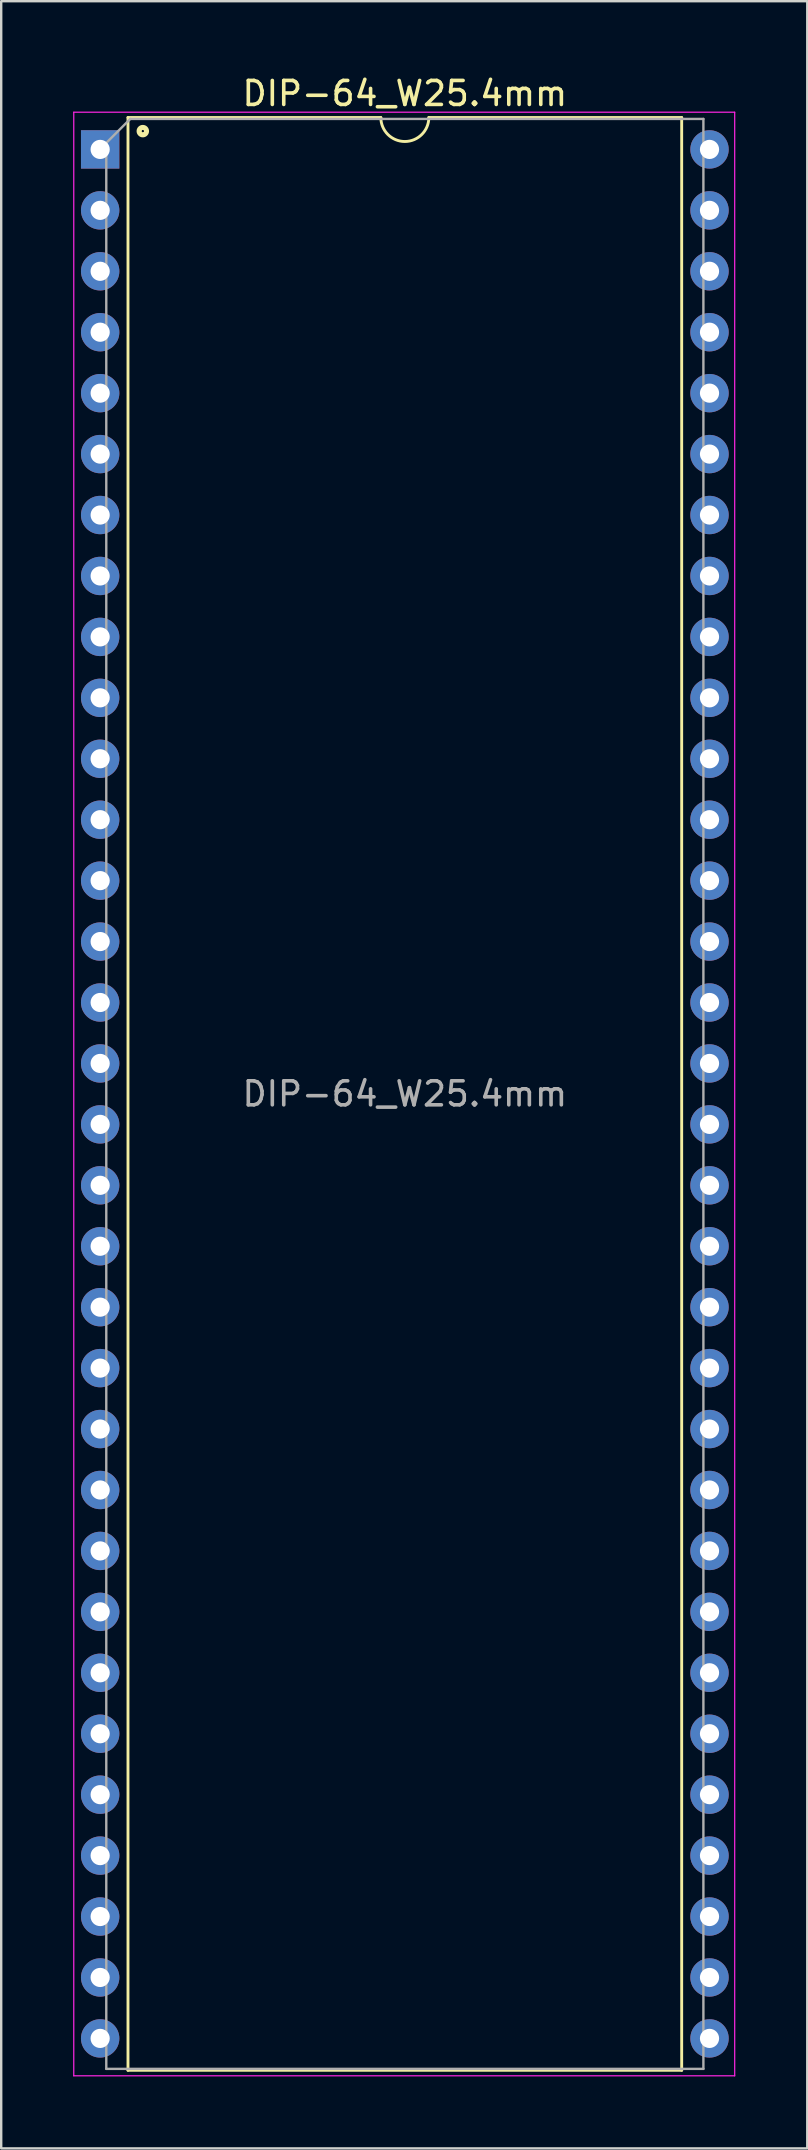
<source format=kicad_pcb>
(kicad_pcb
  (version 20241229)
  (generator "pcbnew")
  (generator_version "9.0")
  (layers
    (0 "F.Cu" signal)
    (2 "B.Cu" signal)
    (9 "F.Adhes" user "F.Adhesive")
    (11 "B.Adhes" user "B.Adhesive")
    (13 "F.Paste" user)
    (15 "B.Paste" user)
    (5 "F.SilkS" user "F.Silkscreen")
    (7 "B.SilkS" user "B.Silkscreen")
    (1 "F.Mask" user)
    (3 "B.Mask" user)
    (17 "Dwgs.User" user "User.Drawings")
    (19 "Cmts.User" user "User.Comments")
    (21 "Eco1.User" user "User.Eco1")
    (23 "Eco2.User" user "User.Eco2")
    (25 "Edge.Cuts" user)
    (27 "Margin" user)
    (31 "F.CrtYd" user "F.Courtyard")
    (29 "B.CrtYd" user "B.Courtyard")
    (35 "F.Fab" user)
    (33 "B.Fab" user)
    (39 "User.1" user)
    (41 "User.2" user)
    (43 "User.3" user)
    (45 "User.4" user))
  (footprint "DIP-64_W25.4mm"
    (layer "F.Cu")
    (at 1.125 3.178)
    (property "Reference" "DIP-64_W25.4mm" (at 12.7 -2.33 0) (layer "F.SilkS") (effects (font (size 1 1) (thickness 0.15))))
    (attr through_hole)
    (fp_line (start 1.16 -1.33) (end 1.16 80.07) (stroke (width 0.12) (type solid)) (layer "F.SilkS"))
    (fp_line (start 1.16 80.07) (end 24.24 80.07) (stroke (width 0.12) (type solid)) (layer "F.SilkS"))
    (fp_line (start 11.7 -1.33) (end 1.16 -1.33) (stroke (width 0.12) (type solid)) (layer "F.SilkS"))
    (fp_line (start 24.24 -1.33) (end 13.7 -1.33) (stroke (width 0.12) (type solid)) (layer "F.SilkS"))
    (fp_line (start 24.24 80.07) (end 24.24 -1.33) (stroke (width 0.12) (type solid)) (layer "F.SilkS"))
    (fp_arc (start 13.7 -1.33) (mid 12.7 -0.33) (end 11.7 -1.33) (stroke (width 0.12) (type solid)) (layer "F.SilkS"))
    (fp_circle (center 1.778 -0.762) (end 1.828 -0.762) (stroke (width 0.12) (type solid)) (fill no) (layer "F.SilkS"))
    (fp_circle (center 1.778 -0.762) (end 1.903 -0.762) (stroke (width 0.12) (type solid)) (fill no) (layer "F.SilkS"))
    (fp_circle (center 1.778 -0.762) (end 1.978 -0.762) (stroke (width 0.12) (type solid)) (fill no) (layer "F.SilkS"))
    (fp_line (start -1.1 -1.55) (end -1.1 80.3) (stroke (width 0.05) (type solid)) (layer "F.CrtYd"))
    (fp_line (start -1.1 80.3) (end 26.45 80.3) (stroke (width 0.05) (type solid)) (layer "F.CrtYd"))
    (fp_line (start 26.45 -1.55) (end -1.1 -1.55) (stroke (width 0.05) (type solid)) (layer "F.CrtYd"))
    (fp_line (start 26.45 80.3) (end 26.45 -1.55) (stroke (width 0.05) (type solid)) (layer "F.CrtYd"))
    (fp_line (start 0.255 -0.27) (end 1.255 -1.27) (stroke (width 0.1) (type solid)) (layer "F.Fab"))
    (fp_line (start 0.255 80.01) (end 0.255 -0.27) (stroke (width 0.1) (type solid)) (layer "F.Fab"))
    (fp_line (start 1.255 -1.27) (end 25.145 -1.27) (stroke (width 0.1) (type solid)) (layer "F.Fab"))
    (fp_line (start 25.145 -1.27) (end 25.145 80.01) (stroke (width 0.1) (type solid)) (layer "F.Fab"))
    (fp_line (start 25.145 80.01) (end 0.255 80.01) (stroke (width 0.1) (type solid)) (layer "F.Fab"))
    (fp_text user "${REFERENCE}" (at 12.7 39.37 0) (layer "F.Fab") (effects (font (size 1 1) (thickness 0.15))))
    (pad "1" thru_hole rect (at 0 0) (size 1.6 1.6) (drill 0.8) (layers "*.Cu" "*.Mask"))
    (pad "2" thru_hole oval (at 0 2.54) (size 1.6 1.6) (drill 0.8) (layers "*.Cu" "*.Mask"))
    (pad "3" thru_hole oval (at 0 5.08) (size 1.6 1.6) (drill 0.8) (layers "*.Cu" "*.Mask"))
    (pad "4" thru_hole oval (at 0 7.62) (size 1.6 1.6) (drill 0.8) (layers "*.Cu" "*.Mask"))
    (pad "5" thru_hole oval (at 0 10.16) (size 1.6 1.6) (drill 0.8) (layers "*.Cu" "*.Mask"))
    (pad "6" thru_hole oval (at 0 12.7) (size 1.6 1.6) (drill 0.8) (layers "*.Cu" "*.Mask"))
    (pad "7" thru_hole oval (at 0 15.24) (size 1.6 1.6) (drill 0.8) (layers "*.Cu" "*.Mask"))
    (pad "8" thru_hole oval (at 0 17.78) (size 1.6 1.6) (drill 0.8) (layers "*.Cu" "*.Mask"))
    (pad "9" thru_hole oval (at 0 20.32) (size 1.6 1.6) (drill 0.8) (layers "*.Cu" "*.Mask"))
    (pad "10" thru_hole oval (at 0 22.86) (size 1.6 1.6) (drill 0.8) (layers "*.Cu" "*.Mask"))
    (pad "11" thru_hole oval (at 0 25.4) (size 1.6 1.6) (drill 0.8) (layers "*.Cu" "*.Mask"))
    (pad "12" thru_hole oval (at 0 27.94) (size 1.6 1.6) (drill 0.8) (layers "*.Cu" "*.Mask"))
    (pad "13" thru_hole oval (at 0 30.48) (size 1.6 1.6) (drill 0.8) (layers "*.Cu" "*.Mask"))
    (pad "14" thru_hole oval (at 0 33.02) (size 1.6 1.6) (drill 0.8) (layers "*.Cu" "*.Mask"))
    (pad "15" thru_hole oval (at 0 35.56) (size 1.6 1.6) (drill 0.8) (layers "*.Cu" "*.Mask"))
    (pad "16" thru_hole oval (at 0 38.1) (size 1.6 1.6) (drill 0.8) (layers "*.Cu" "*.Mask"))
    (pad "17" thru_hole oval (at 0 40.64) (size 1.6 1.6) (drill 0.8) (layers "*.Cu" "*.Mask"))
    (pad "18" thru_hole oval (at 0 43.18) (size 1.6 1.6) (drill 0.8) (layers "*.Cu" "*.Mask"))
    (pad "19" thru_hole oval (at 0 45.72) (size 1.6 1.6) (drill 0.8) (layers "*.Cu" "*.Mask"))
    (pad "20" thru_hole oval (at 0 48.26) (size 1.6 1.6) (drill 0.8) (layers "*.Cu" "*.Mask"))
    (pad "21" thru_hole oval (at 0 50.8) (size 1.6 1.6) (drill 0.8) (layers "*.Cu" "*.Mask"))
    (pad "22" thru_hole oval (at 0 53.34) (size 1.6 1.6) (drill 0.8) (layers "*.Cu" "*.Mask"))
    (pad "23" thru_hole oval (at 0 55.88) (size 1.6 1.6) (drill 0.8) (layers "*.Cu" "*.Mask"))
    (pad "24" thru_hole oval (at 0 58.42) (size 1.6 1.6) (drill 0.8) (layers "*.Cu" "*.Mask"))
    (pad "25" thru_hole oval (at 0 60.96) (size 1.6 1.6) (drill 0.8) (layers "*.Cu" "*.Mask"))
    (pad "26" thru_hole oval (at 0 63.5) (size 1.6 1.6) (drill 0.8) (layers "*.Cu" "*.Mask"))
    (pad "27" thru_hole oval (at 0 66.04) (size 1.6 1.6) (drill 0.8) (layers "*.Cu" "*.Mask"))
    (pad "28" thru_hole oval (at 0 68.58) (size 1.6 1.6) (drill 0.8) (layers "*.Cu" "*.Mask"))
    (pad "29" thru_hole oval (at 0 71.12) (size 1.6 1.6) (drill 0.8) (layers "*.Cu" "*.Mask"))
    (pad "30" thru_hole oval (at 0 73.66) (size 1.6 1.6) (drill 0.8) (layers "*.Cu" "*.Mask"))
    (pad "31" thru_hole oval (at 0 76.2) (size 1.6 1.6) (drill 0.8) (layers "*.Cu" "*.Mask"))
    (pad "32" thru_hole oval (at 0 78.74) (size 1.6 1.6) (drill 0.8) (layers "*.Cu" "*.Mask"))
    (pad "33" thru_hole oval (at 25.4 78.74) (size 1.6 1.6) (drill 0.8) (layers "*.Cu" "*.Mask"))
    (pad "34" thru_hole oval (at 25.4 76.2) (size 1.6 1.6) (drill 0.8) (layers "*.Cu" "*.Mask"))
    (pad "35" thru_hole oval (at 25.4 73.66) (size 1.6 1.6) (drill 0.8) (layers "*.Cu" "*.Mask"))
    (pad "36" thru_hole oval (at 25.4 71.12) (size 1.6 1.6) (drill 0.8) (layers "*.Cu" "*.Mask"))
    (pad "37" thru_hole oval (at 25.4 68.58) (size 1.6 1.6) (drill 0.8) (layers "*.Cu" "*.Mask"))
    (pad "38" thru_hole oval (at 25.4 66.04) (size 1.6 1.6) (drill 0.8) (layers "*.Cu" "*.Mask"))
    (pad "39" thru_hole oval (at 25.4 63.5) (size 1.6 1.6) (drill 0.8) (layers "*.Cu" "*.Mask"))
    (pad "40" thru_hole oval (at 25.4 60.96) (size 1.6 1.6) (drill 0.8) (layers "*.Cu" "*.Mask"))
    (pad "41" thru_hole oval (at 25.4 58.42) (size 1.6 1.6) (drill 0.8) (layers "*.Cu" "*.Mask"))
    (pad "42" thru_hole oval (at 25.4 55.88) (size 1.6 1.6) (drill 0.8) (layers "*.Cu" "*.Mask"))
    (pad "43" thru_hole oval (at 25.4 53.34) (size 1.6 1.6) (drill 0.8) (layers "*.Cu" "*.Mask"))
    (pad "44" thru_hole oval (at 25.4 50.8) (size 1.6 1.6) (drill 0.8) (layers "*.Cu" "*.Mask"))
    (pad "45" thru_hole oval (at 25.4 48.26) (size 1.6 1.6) (drill 0.8) (layers "*.Cu" "*.Mask"))
    (pad "46" thru_hole oval (at 25.4 45.72) (size 1.6 1.6) (drill 0.8) (layers "*.Cu" "*.Mask"))
    (pad "47" thru_hole oval (at 25.4 43.18) (size 1.6 1.6) (drill 0.8) (layers "*.Cu" "*.Mask"))
    (pad "48" thru_hole oval (at 25.4 40.64) (size 1.6 1.6) (drill 0.8) (layers "*.Cu" "*.Mask"))
    (pad "49" thru_hole oval (at 25.4 38.1) (size 1.6 1.6) (drill 0.8) (layers "*.Cu" "*.Mask"))
    (pad "50" thru_hole oval (at 25.4 35.56) (size 1.6 1.6) (drill 0.8) (layers "*.Cu" "*.Mask"))
    (pad "51" thru_hole oval (at 25.4 33.02) (size 1.6 1.6) (drill 0.8) (layers "*.Cu" "*.Mask"))
    (pad "52" thru_hole oval (at 25.4 30.48) (size 1.6 1.6) (drill 0.8) (layers "*.Cu" "*.Mask"))
    (pad "53" thru_hole oval (at 25.4 27.94) (size 1.6 1.6) (drill 0.8) (layers "*.Cu" "*.Mask"))
    (pad "54" thru_hole oval (at 25.4 25.4) (size 1.6 1.6) (drill 0.8) (layers "*.Cu" "*.Mask"))
    (pad "55" thru_hole oval (at 25.4 22.86) (size 1.6 1.6) (drill 0.8) (layers "*.Cu" "*.Mask"))
    (pad "56" thru_hole oval (at 25.4 20.32) (size 1.6 1.6) (drill 0.8) (layers "*.Cu" "*.Mask"))
    (pad "57" thru_hole oval (at 25.4 17.78) (size 1.6 1.6) (drill 0.8) (layers "*.Cu" "*.Mask"))
    (pad "58" thru_hole oval (at 25.4 15.24) (size 1.6 1.6) (drill 0.8) (layers "*.Cu" "*.Mask"))
    (pad "59" thru_hole oval (at 25.4 12.7) (size 1.6 1.6) (drill 0.8) (layers "*.Cu" "*.Mask"))
    (pad "60" thru_hole oval (at 25.4 10.16) (size 1.6 1.6) (drill 0.8) (layers "*.Cu" "*.Mask"))
    (pad "61" thru_hole oval (at 25.4 7.62) (size 1.6 1.6) (drill 0.8) (layers "*.Cu" "*.Mask"))
    (pad "62" thru_hole oval (at 25.4 5.08) (size 1.6 1.6) (drill 0.8) (layers "*.Cu" "*.Mask"))
    (pad "63" thru_hole oval (at 25.4 2.54) (size 1.6 1.6) (drill 0.8) (layers "*.Cu" "*.Mask"))
    (pad "64" thru_hole oval (at 25.4 0) (size 1.6 1.6) (drill 0.8) (layers "*.Cu" "*.Mask")))
  (gr_rect
    (start -3 -3)
    (end 30.6 86.503)
    (stroke (width 0.1) (type default))
    (fill no)
    (layer "Edge.Cuts")))
</source>
